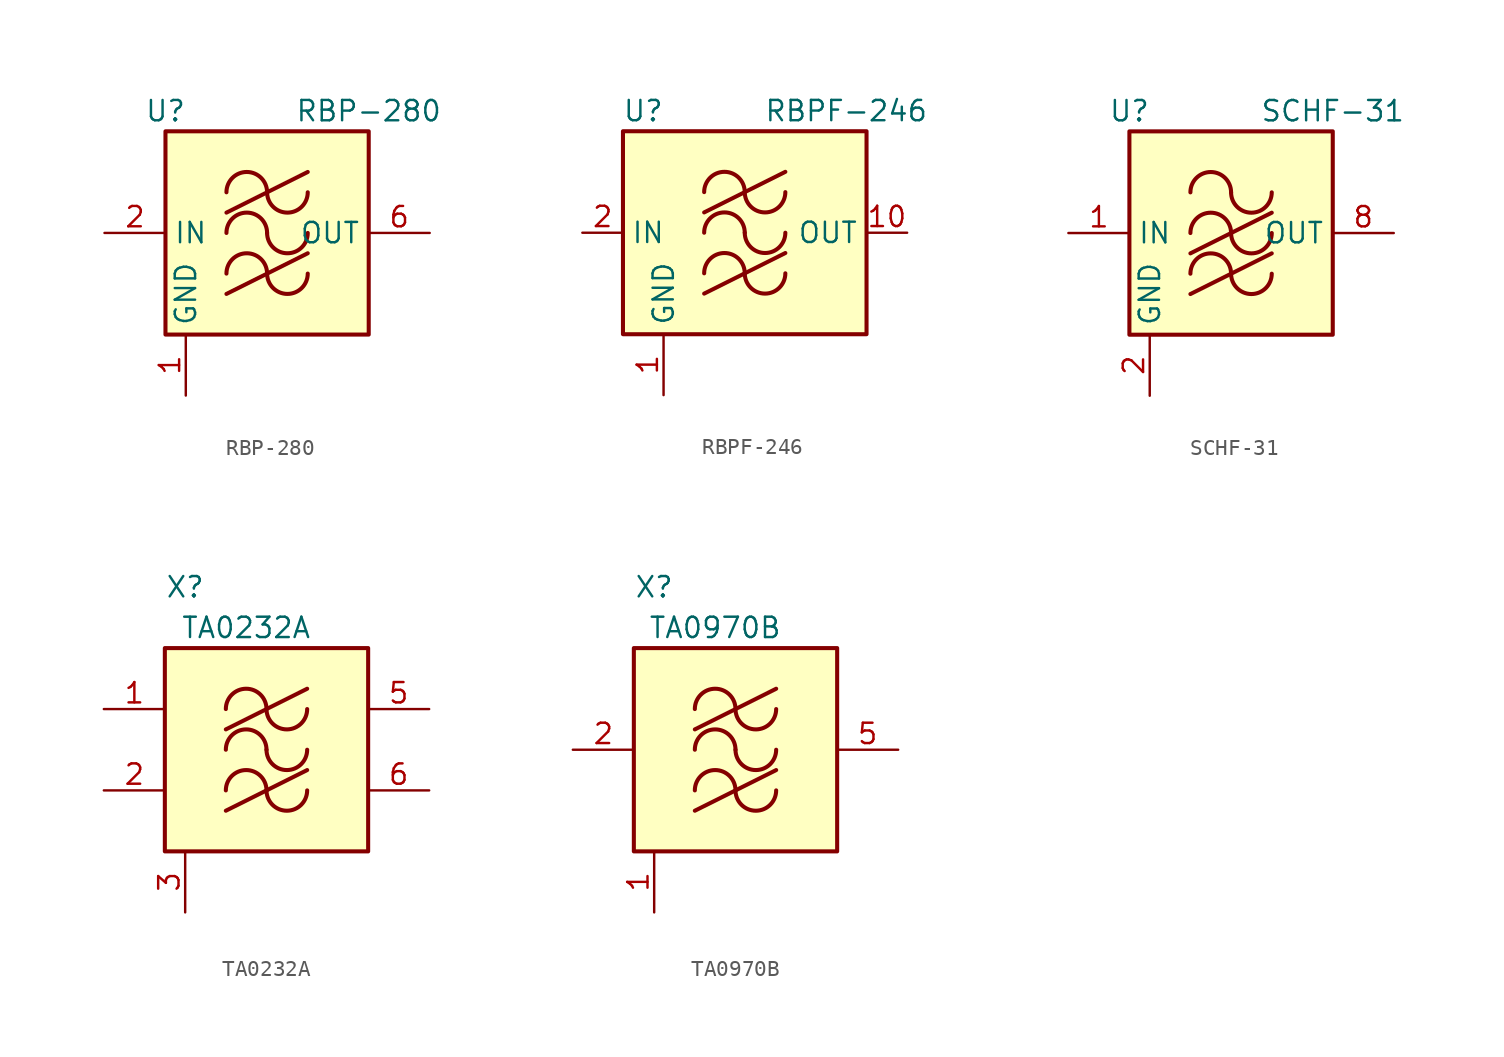
<source format=kicad_sym>
(kicad_symbol_lib
  (version 20211014)
  (generator kicad_symbol_editor)
  (symbol "RBP-280"
    (property "Reference" "U"
      (at -6.35 7.62 0)
      (effects (font (size 1.27 1.27))))
    (property "Value" "RBP-280"
      (at 6.35 7.62 0)
      (effects (font (size 1.27 1.27))))
    (symbol "RBP-280_0_1"
      (rectangle (start -6.35 6.35) (end 6.35 -6.35) (stroke (width 0.254) (type default) (color 0 0 0 0)) (fill (type background)))
      (arc (start 0 -2.54) (mid -1.27 -1.27) (end -2.54 -2.54) (stroke (width 0.254) (type default) (color 0 0 0 0)) (fill (type none)))
      (arc (start 0 -2.54) (mid 1.27 -3.81) (end 2.54 -2.54) (stroke (width 0.254) (type default) (color 0 0 0 0)) (fill (type none)))
      (arc (start 0 0) (mid -1.27 1.27) (end -2.54 0) (stroke (width 0.254) (type default) (color 0 0 0 0)) (fill (type none)))
      (polyline (pts (xy -2.54 -3.81) (xy 2.54 -1.27)) (stroke (width 0.254) (type default) (color 0 0 0 0)) (fill (type none)))
      (polyline (pts (xy -2.54 1.27) (xy 2.54 3.81)) (stroke (width 0.254) (type default) (color 0 0 0 0)) (fill (type none)))
      (arc (start 0 0) (mid 1.27 -1.27) (end 2.54 0) (stroke (width 0.254) (type default) (color 0 0 0 0)) (fill (type none)))
      (arc (start 0 2.54) (mid -1.27 3.81) (end -2.54 2.54) (stroke (width 0.254) (type default) (color 0 0 0 0)) (fill (type none)))
      (arc (start 0 2.54) (mid 1.27 1.27) (end 2.54 2.54) (stroke (width 0.254) (type default) (color 0 0 0 0)) (fill (type none))))
    (symbol "RBP-280_1_1"
      (pin power_in line (at -5.08 -10.16 90) (length 3.81) (name "GND" (effects (font (size 1.27 1.27)))) (number "1" (effects (font (size 1.27 1.27)))))
      (pin input line (at -10.16 0 0) (length 3.81) (name "IN" (effects (font (size 1.27 1.27)))) (number "2" (effects (font (size 1.27 1.27)))))
      (pin passive line (at -5.08 -10.16 90) (length 3.81) hide (name "GND" (effects (font (size 1.27 1.27)))) (number "3" (effects (font (size 1.27 1.27)))))
      (pin passive line (at -5.08 -10.16 90) (length 3.81) hide (name "GND" (effects (font (size 1.27 1.27)))) (number "4" (effects (font (size 1.27 1.27)))))
      (pin passive line (at -5.08 -10.16 90) (length 3.81) hide (name "GND" (effects (font (size 1.27 1.27)))) (number "5" (effects (font (size 1.27 1.27)))))
      (pin output line (at 10.16 0 180) (length 3.81) (name "OUT" (effects (font (size 1.27 1.27)))) (number "6" (effects (font (size 1.27 1.27)))))
      (pin passive line (at -5.08 -10.16 90) (length 3.81) hide (name "GND" (effects (font (size 1.27 1.27)))) (number "7" (effects (font (size 1.27 1.27)))))
      (pin passive line (at -5.08 -10.16 90) (length 3.81) hide (name "GND" (effects (font (size 1.27 1.27)))) (number "8" (effects (font (size 1.27 1.27)))))))
  (symbol "RBPF-246"
    (property "Reference" "U"
      (at -6.35 7.62 0)
      (effects (font (size 1.27 1.27))))
    (property "Value" "RBPF-246"
      (at 6.35 7.62 0)
      (effects (font (size 1.27 1.27))))
    (symbol "RBPF-246_0_1"
      (rectangle (start -7.62 6.35) (end 7.62 -6.35) (stroke (width 0.254) (type default) (color 0 0 0 0)) (fill (type background)))
      (arc (start 0 -2.54) (mid -1.27 -1.27) (end -2.54 -2.54) (stroke (width 0.254) (type default) (color 0 0 0 0)) (fill (type none)))
      (arc (start 0 -2.54) (mid 1.27 -3.81) (end 2.54 -2.54) (stroke (width 0.254) (type default) (color 0 0 0 0)) (fill (type none)))
      (arc (start 0 0) (mid -1.27 1.27) (end -2.54 0) (stroke (width 0.254) (type default) (color 0 0 0 0)) (fill (type none)))
      (polyline (pts (xy -2.54 -3.81) (xy 2.54 -1.27)) (stroke (width 0.254) (type default) (color 0 0 0 0)) (fill (type none)))
      (polyline (pts (xy -2.54 1.27) (xy 2.54 3.81)) (stroke (width 0.254) (type default) (color 0 0 0 0)) (fill (type none)))
      (arc (start 0 0) (mid 1.27 -1.27) (end 2.54 0) (stroke (width 0.254) (type default) (color 0 0 0 0)) (fill (type none)))
      (arc (start 0 2.54) (mid -1.27 3.81) (end -2.54 2.54) (stroke (width 0.254) (type default) (color 0 0 0 0)) (fill (type none)))
      (arc (start 0 2.54) (mid 1.27 1.27) (end 2.54 2.54) (stroke (width 0.254) (type default) (color 0 0 0 0)) (fill (type none))))
    (symbol "RBPF-246_1_1"
      (pin power_in line (at -5.08 -10.16 90) (length 3.81) (name "GND" (effects (font (size 1.27 1.27)))) (number "1" (effects (font (size 1.27 1.27)))))
      (pin output line (at 10.16 0 180) (length 2.54) (name "OUT" (effects (font (size 1.27 1.27)))) (number "10" (effects (font (size 1.27 1.27)))))
      (pin passive line (at -5.08 -10.16 90) (length 3.81) hide (name "GND" (effects (font (size 1.27 1.27)))) (number "11" (effects (font (size 1.27 1.27)))))
      (pin passive line (at -5.08 -10.16 90) (length 3.81) hide (name "GND" (effects (font (size 1.27 1.27)))) (number "12" (effects (font (size 1.27 1.27)))))
      (pin passive line (at -5.08 -10.16 90) (length 3.81) hide (name "GND" (effects (font (size 1.27 1.27)))) (number "13" (effects (font (size 1.27 1.27)))))
      (pin no_connect line (at 7.62 -2.54 180) (length 2.54) hide (name "NC" (effects (font (size 1.27 1.27)))) (number "14" (effects (font (size 1.27 1.27)))))
      (pin passive line (at -5.08 -10.16 90) (length 3.81) hide (name "GND" (effects (font (size 1.27 1.27)))) (number "15" (effects (font (size 1.27 1.27)))))
      (pin passive line (at -5.08 -10.16 90) (length 3.81) hide (name "GND" (effects (font (size 1.27 1.27)))) (number "16" (effects (font (size 1.27 1.27)))))
      (pin input line (at -10.16 0 0) (length 2.54) (name "IN" (effects (font (size 1.27 1.27)))) (number "2" (effects (font (size 1.27 1.27)))))
      (pin passive line (at -5.08 -10.16 90) (length 3.81) hide (name "GND" (effects (font (size 1.27 1.27)))) (number "3" (effects (font (size 1.27 1.27)))))
      (pin passive line (at -5.08 -10.16 90) (length 3.81) hide (name "GND" (effects (font (size 1.27 1.27)))) (number "4" (effects (font (size 1.27 1.27)))))
      (pin passive line (at -5.08 -10.16 90) (length 3.81) hide (name "GND" (effects (font (size 1.27 1.27)))) (number "5" (effects (font (size 1.27 1.27)))))
      (pin passive line (at -5.08 -10.16 90) (length 3.81) hide (name "GND" (effects (font (size 1.27 1.27)))) (number "6" (effects (font (size 1.27 1.27)))))
      (pin passive line (at -5.08 -10.16 90) (length 3.81) hide (name "GND" (effects (font (size 1.27 1.27)))) (number "7" (effects (font (size 1.27 1.27)))))
      (pin passive line (at -5.08 -10.16 90) (length 3.81) hide (name "GND" (effects (font (size 1.27 1.27)))) (number "8" (effects (font (size 1.27 1.27)))))
      (pin passive line (at -5.08 -10.16 90) (length 3.81) hide (name "GND" (effects (font (size 1.27 1.27)))) (number "9" (effects (font (size 1.27 1.27)))))))
  (symbol "SCHF-31"
    (property "Reference" "U"
      (at -6.35 7.62 0)
      (effects (font (size 1.27 1.27))))
    (property "Value" "SCHF-31"
      (at 6.35 7.62 0)
      (effects (font (size 1.27 1.27))))
    (symbol "SCHF-31_0_1"
      (rectangle (start -6.35 6.35) (end 6.35 -6.35) (stroke (width 0.254) (type default) (color 0 0 0 0)) (fill (type background)))
      (arc (start 0 -2.54) (mid -1.27 -1.27) (end -2.54 -2.54) (stroke (width 0.254) (type default) (color 0 0 0 0)) (fill (type none)))
      (arc (start 0 -2.54) (mid 1.27 -3.81) (end 2.54 -2.54) (stroke (width 0.254) (type default) (color 0 0 0 0)) (fill (type none)))
      (arc (start 0 0) (mid -1.27 1.27) (end -2.54 0) (stroke (width 0.254) (type default) (color 0 0 0 0)) (fill (type none)))
      (polyline (pts (xy -2.54 -3.81) (xy 2.54 -1.27)) (stroke (width 0.254) (type default) (color 0 0 0 0)) (fill (type none)))
      (polyline (pts (xy -2.54 -1.27) (xy 2.54 1.27)) (stroke (width 0.254) (type default) (color 0 0 0 0)) (fill (type none)))
      (arc (start 0 0) (mid 1.27 -1.27) (end 2.54 0) (stroke (width 0.254) (type default) (color 0 0 0 0)) (fill (type none)))
      (arc (start 0 2.54) (mid -1.27 3.81) (end -2.54 2.54) (stroke (width 0.254) (type default) (color 0 0 0 0)) (fill (type none)))
      (arc (start 0 2.54) (mid 1.27 1.27) (end 2.54 2.54) (stroke (width 0.254) (type default) (color 0 0 0 0)) (fill (type none))))
    (symbol "SCHF-31_1_1"
      (pin input line (at -10.16 0 0) (length 3.81) (name "IN" (effects (font (size 1.27 1.27)))) (number "1" (effects (font (size 1.27 1.27)))))
      (pin power_in line (at -5.08 -10.16 90) (length 3.81) (name "GND" (effects (font (size 1.27 1.27)))) (number "2" (effects (font (size 1.27 1.27)))))
      (pin passive line (at -5.08 -10.16 90) (length 3.81) hide (name "GND" (effects (font (size 1.27 1.27)))) (number "3" (effects (font (size 1.27 1.27)))))
      (pin passive line (at -5.08 -10.16 90) (length 3.81) hide (name "GND" (effects (font (size 1.27 1.27)))) (number "4" (effects (font (size 1.27 1.27)))))
      (pin passive line (at -5.08 -10.16 90) (length 3.81) hide (name "GND" (effects (font (size 1.27 1.27)))) (number "5" (effects (font (size 1.27 1.27)))))
      (pin passive line (at -5.08 -10.16 90) (length 3.81) hide (name "GND" (effects (font (size 1.27 1.27)))) (number "6" (effects (font (size 1.27 1.27)))))
      (pin passive line (at -5.08 -10.16 90) (length 3.81) hide (name "GND" (effects (font (size 1.27 1.27)))) (number "7" (effects (font (size 1.27 1.27)))))
      (pin output line (at 10.16 0 180) (length 3.81) (name "OUT" (effects (font (size 1.27 1.27)))) (number "8" (effects (font (size 1.27 1.27)))))))
  (symbol "TA0232A"
    (pin_names hide)
    (property "Reference" "X"
      (at -5.08 10.16 0)
      (effects (font (size 1.27 1.27))))
    (property "Value" "TA0232A"
      (at -1.27 7.62 0)
      (effects (font (size 1.27 1.27))))
    (symbol "TA0232A_1_1"
      (rectangle (start -6.35 6.35) (end 6.35 -6.35) (stroke (width 0.254) (type default) (color 0 0 0 0)) (fill (type background)))
      (arc (start 0 -2.54) (mid -1.27 -1.27) (end -2.54 -2.54) (stroke (width 0.254) (type default) (color 0 0 0 0)) (fill (type none)))
      (arc (start 0 -2.54) (mid 1.27 -3.81) (end 2.54 -2.54) (stroke (width 0.254) (type default) (color 0 0 0 0)) (fill (type none)))
      (arc (start 0 0) (mid -1.27 1.27) (end -2.54 0) (stroke (width 0.254) (type default) (color 0 0 0 0)) (fill (type none)))
      (polyline (pts (xy -2.54 -3.81) (xy 2.54 -1.27)) (stroke (width 0.254) (type default) (color 0 0 0 0)) (fill (type none)))
      (polyline (pts (xy -2.54 1.27) (xy 2.54 3.81)) (stroke (width 0.254) (type default) (color 0 0 0 0)) (fill (type none)))
      (arc (start 0 0) (mid 1.27 -1.27) (end 2.54 0) (stroke (width 0.254) (type default) (color 0 0 0 0)) (fill (type none)))
      (arc (start 0 2.54) (mid -1.27 3.81) (end -2.54 2.54) (stroke (width 0.254) (type default) (color 0 0 0 0)) (fill (type none)))
      (arc (start 0 2.54) (mid 1.27 1.27) (end 2.54 2.54) (stroke (width 0.254) (type default) (color 0 0 0 0)) (fill (type none)))
      (pin input line (at -10.16 2.54 0) (length 3.81) (name "IN_1" (effects (font (size 1.27 1.27)))) (number "1" (effects (font (size 1.27 1.27)))))
      (pin input line (at -10.16 -2.54 0) (length 3.81) (name "IN_2" (effects (font (size 1.27 1.27)))) (number "2" (effects (font (size 1.27 1.27)))))
      (pin power_in line (at -5.08 -10.16 90) (length 3.81) (name "GND" (effects (font (size 1.27 1.27)))) (number "3" (effects (font (size 1.27 1.27)))))
      (pin passive line (at -5.08 -10.16 90) (length 3.81) hide (name "GND" (effects (font (size 1.27 1.27)))) (number "4" (effects (font (size 1.27 1.27)))))
      (pin output line (at 10.16 2.54 180) (length 3.81) (name "OUT_1" (effects (font (size 1.27 1.27)))) (number "5" (effects (font (size 1.27 1.27)))))
      (pin output line (at 10.16 -2.54 180) (length 3.81) (name "OUT_2" (effects (font (size 1.27 1.27)))) (number "6" (effects (font (size 1.27 1.27)))))
      (pin passive line (at -5.08 -10.16 90) (length 3.81) hide (name "GND" (effects (font (size 1.27 1.27)))) (number "7" (effects (font (size 1.27 1.27)))))
      (pin passive line (at -5.08 -10.16 90) (length 3.81) hide (name "GND" (effects (font (size 1.27 1.27)))) (number "8" (effects (font (size 1.27 1.27)))))))
  (symbol "TA0970B"
    (pin_names hide)
    (property "Reference" "X"
      (at -5.08 10.16 0)
      (effects (font (size 1.27 1.27))))
    (property "Value" "TA0970B"
      (at -1.27 7.62 0)
      (effects (font (size 1.27 1.27))))
    (symbol "TA0970B_1_1"
      (rectangle (start -6.35 6.35) (end 6.35 -6.35) (stroke (width 0.254) (type default) (color 0 0 0 0)) (fill (type background)))
      (arc (start 0 -2.54) (mid -1.27 -1.27) (end -2.54 -2.54) (stroke (width 0.254) (type default) (color 0 0 0 0)) (fill (type none)))
      (arc (start 0 -2.54) (mid 1.27 -3.81) (end 2.54 -2.54) (stroke (width 0.254) (type default) (color 0 0 0 0)) (fill (type none)))
      (arc (start 0 0) (mid -1.27 1.27) (end -2.54 0) (stroke (width 0.254) (type default) (color 0 0 0 0)) (fill (type none)))
      (polyline (pts (xy -2.54 -3.81) (xy 2.54 -1.27)) (stroke (width 0.254) (type default) (color 0 0 0 0)) (fill (type none)))
      (polyline (pts (xy -2.54 1.27) (xy 2.54 3.81)) (stroke (width 0.254) (type default) (color 0 0 0 0)) (fill (type none)))
      (arc (start 0 0) (mid 1.27 -1.27) (end 2.54 0) (stroke (width 0.254) (type default) (color 0 0 0 0)) (fill (type none)))
      (arc (start 0 2.54) (mid -1.27 3.81) (end -2.54 2.54) (stroke (width 0.254) (type default) (color 0 0 0 0)) (fill (type none)))
      (arc (start 0 2.54) (mid 1.27 1.27) (end 2.54 2.54) (stroke (width 0.254) (type default) (color 0 0 0 0)) (fill (type none)))
      (pin power_in line (at -5.08 -10.16 90) (length 3.81) (name "GND" (effects (font (size 1.27 1.27)))) (number "1" (effects (font (size 1.27 1.27)))))
      (pin input line (at -10.16 0 0) (length 3.81) (name "IN" (effects (font (size 1.27 1.27)))) (number "2" (effects (font (size 1.27 1.27)))))
      (pin passive line (at -5.08 -10.16 90) (length 3.81) hide (name "GND" (effects (font (size 1.27 1.27)))) (number "3" (effects (font (size 1.27 1.27)))))
      (pin passive line (at -5.08 -10.16 90) (length 3.81) hide (name "GND" (effects (font (size 1.27 1.27)))) (number "4" (effects (font (size 1.27 1.27)))))
      (pin output line (at 10.16 0 180) (length 3.81) (name "OUT" (effects (font (size 1.27 1.27)))) (number "5" (effects (font (size 1.27 1.27)))))
      (pin passive line (at -5.08 -10.16 90) (length 3.81) hide (name "GND" (effects (font (size 1.27 1.27)))) (number "6" (effects (font (size 1.27 1.27))))))))
</source>
